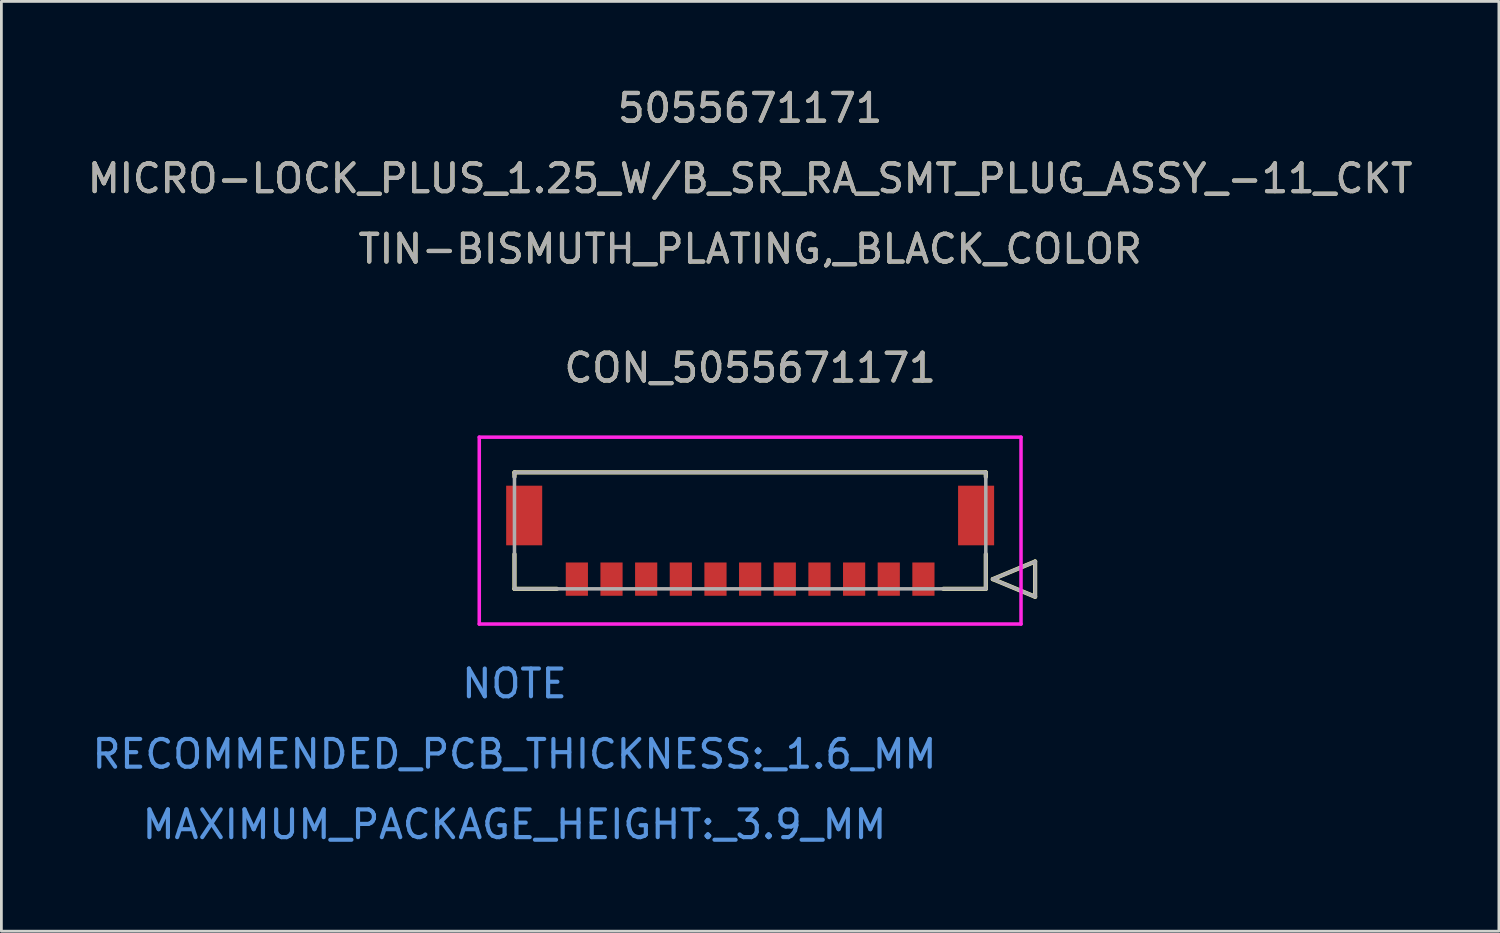
<source format=kicad_pcb>
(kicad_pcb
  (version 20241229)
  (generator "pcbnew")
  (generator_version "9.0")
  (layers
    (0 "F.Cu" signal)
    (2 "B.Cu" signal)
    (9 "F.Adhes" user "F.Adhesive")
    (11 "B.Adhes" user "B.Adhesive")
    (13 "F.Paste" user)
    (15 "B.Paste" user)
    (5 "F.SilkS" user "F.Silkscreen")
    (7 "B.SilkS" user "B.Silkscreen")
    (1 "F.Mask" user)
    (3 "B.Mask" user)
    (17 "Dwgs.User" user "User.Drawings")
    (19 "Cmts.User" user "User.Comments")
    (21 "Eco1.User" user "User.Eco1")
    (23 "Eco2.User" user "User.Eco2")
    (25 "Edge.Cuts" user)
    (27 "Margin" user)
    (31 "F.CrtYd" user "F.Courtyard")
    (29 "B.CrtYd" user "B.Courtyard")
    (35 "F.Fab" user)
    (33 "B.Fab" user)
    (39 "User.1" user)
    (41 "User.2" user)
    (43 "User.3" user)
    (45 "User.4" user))
  (footprint "CON_5055671171"
    (layer "F.Cu")
    (at 30.256 17.838)
    (property "Reference" "CON_5055671171" (at -6.25 -7.62 0) (unlocked yes) (layer "F.SilkS") (effects (font (size 1 1) (thickness 0.15))))
    (attr smd)
    (fp_line (start -14.75 -3.85) (end -14.75 -3.69) (stroke (width 0.152) (type solid)) (layer "F.SilkS"))
    (fp_line (start -14.75 -0.9) (end -14.75 0.35) (stroke (width 0.152) (type solid)) (layer "F.SilkS"))
    (fp_line (start -14.75 0.35) (end -13.22 0.35) (stroke (width 0.152) (type solid)) (layer "F.SilkS"))
    (fp_line (start 0.72 0.35) (end 2.25 0.35) (stroke (width 0.152) (type solid)) (layer "F.SilkS"))
    (fp_line (start 2.25 -3.85) (end -14.75 -3.85) (stroke (width 0.152) (type solid)) (layer "F.SilkS"))
    (fp_line (start 2.25 -3.69) (end 2.25 -3.85) (stroke (width 0.152) (type solid)) (layer "F.SilkS"))
    (fp_line (start 2.25 0.35) (end 2.25 -0.9) (stroke (width 0.152) (type solid)) (layer "F.SilkS"))
    (fp_line (start 2.504 0) (end 4.028 -0.635) (stroke (width 0.152) (type solid)) (layer "F.SilkS"))
    (fp_line (start 4.028 -0.635) (end 4.028 0.635) (stroke (width 0.152) (type solid)) (layer "F.SilkS"))
    (fp_line (start 4.028 0.635) (end 2.504 0) (stroke (width 0.152) (type solid)) (layer "F.SilkS"))
    (fp_line (start -16.02 -5.12) (end -16.02 1.62) (stroke (width 0.127) (type solid)) (layer "F.CrtYd"))
    (fp_line (start -16.02 1.62) (end 3.52 1.62) (stroke (width 0.127) (type solid)) (layer "F.CrtYd"))
    (fp_line (start 3.52 -5.12) (end -16.02 -5.12) (stroke (width 0.127) (type solid)) (layer "F.CrtYd"))
    (fp_line (start 3.52 1.62) (end 3.52 -5.12) (stroke (width 0.127) (type solid)) (layer "F.CrtYd"))
    (fp_line (start -14.75 -3.85) (end -14.75 0.35) (stroke (width 0.127) (type solid)) (layer "F.Fab"))
    (fp_line (start -14.75 0.35) (end 2.25 0.35) (stroke (width 0.127) (type solid)) (layer "F.Fab"))
    (fp_line (start 2.25 -3.85) (end -14.75 -3.85) (stroke (width 0.127) (type solid)) (layer "F.Fab"))
    (fp_line (start 2.25 0.35) (end 2.25 -3.85) (stroke (width 0.127) (type solid)) (layer "F.Fab"))
    (fp_line (start 2.504 0) (end 4.028 -0.635) (stroke (width 0.127) (type solid)) (layer "F.Fab"))
    (fp_line (start 4.028 -0.635) (end 4.028 0.635) (stroke (width 0.127) (type solid)) (layer "F.Fab"))
    (fp_line (start 4.028 0.635) (end 2.504 0) (stroke (width 0.127) (type solid)) (layer "F.Fab"))
    (fp_text user "5055671171" (at -6.25 -16.99 0) (unlocked yes) (layer "F.SilkS") (effects (font (size 1 1) (thickness 0.15))))
    (fp_text user "MICRO-LOCK_PLUS_1.25_W/B_SR_RA_SMT_PLUG_ASSY_-11_CKT" (at -6.25 -14.45 0) (unlocked yes) (layer "F.SilkS") (effects (font (size 1 1) (thickness 0.15))))
    (fp_text user "TIN-BISMUTH_PLATING,_BLACK_COLOR" (at -6.25 -11.91 0) (unlocked yes) (layer "F.SilkS") (effects (font (size 1 1) (thickness 0.15))))
    (fp_text user "MAXIMUM_PACKAGE_HEIGHT:_3.9_MM" (at -14.75 8.85 0) (unlocked yes) (layer "Cmts.User") (effects (font (size 1 1) (thickness 0.15))))
    (fp_text user "RECOMMENDED_PCB_THICKNESS:_1.6_MM" (at -14.75 6.31 0) (unlocked yes) (layer "Cmts.User") (effects (font (size 1 1) (thickness 0.15))))
    (fp_text user "NOTE" (at -14.75 3.77 0) (unlocked yes) (layer "Cmts.User") (effects (font (size 1 1) (thickness 0.15))))
    (fp_text user "${REFERENCE}" (at -6.25 -7.62 0) (unlocked yes) (layer "F.Fab") (effects (font (size 1 1) (thickness 0.15))))
    (fp_text user "TIN-BISMUTH_PLATING,_BLACK_COLOR" (at -6.25 -11.91 0) (unlocked yes) (layer "F.Fab") (effects (font (size 1 1) (thickness 0.15))))
    (fp_text user "5055671171" (at -6.25 -16.99 0) (unlocked yes) (layer "F.Fab") (effects (font (size 1 1) (thickness 0.15))))
    (fp_text user "MICRO-LOCK_PLUS_1.25_W/B_SR_RA_SMT_PLUG_ASSY_-11_CKT" (at -6.25 -14.45 0) (unlocked yes) (layer "F.Fab") (effects (font (size 1 1) (thickness 0.15))))
    (pad "1" smd rect (at 0 0) (size 0.8 1.2) (layers "F.Cu" "F.Mask" "F.Paste"))
    (pad "2" smd rect (at -1.25 0) (size 0.8 1.2) (layers "F.Cu" "F.Mask" "F.Paste"))
    (pad "3" smd rect (at -2.5 0) (size 0.8 1.2) (layers "F.Cu" "F.Mask" "F.Paste"))
    (pad "4" smd rect (at -3.75 0) (size 0.8 1.2) (layers "F.Cu" "F.Mask" "F.Paste"))
    (pad "5" smd rect (at -5 0) (size 0.8 1.2) (layers "F.Cu" "F.Mask" "F.Paste"))
    (pad "6" smd rect (at -6.25 0) (size 0.8 1.2) (layers "F.Cu" "F.Mask" "F.Paste"))
    (pad "7" smd rect (at -7.5 0) (size 0.8 1.2) (layers "F.Cu" "F.Mask" "F.Paste"))
    (pad "8" smd rect (at -8.75 0) (size 0.8 1.2) (layers "F.Cu" "F.Mask" "F.Paste"))
    (pad "9" smd rect (at -10 0) (size 0.8 1.2) (layers "F.Cu" "F.Mask" "F.Paste"))
    (pad "10" smd rect (at -11.25 0) (size 0.8 1.2) (layers "F.Cu" "F.Mask" "F.Paste"))
    (pad "11" smd rect (at -12.5 0) (size 0.8 1.2) (layers "F.Cu" "F.Mask" "F.Paste"))
    (pad "12" smd rect (at 1.9 -2.295) (size 1.3 2.15) (layers "F.Cu" "F.Mask" "F.Paste"))
    (pad "13" smd rect (at -14.4 -2.295) (size 1.3 2.15) (layers "F.Cu" "F.Mask" "F.Paste")))
  (gr_rect
    (start -3 -3)
    (end 51.012 30.537)
    (stroke (width 0.1) (type default))
    (fill no)
    (layer "Edge.Cuts")))
</source>
